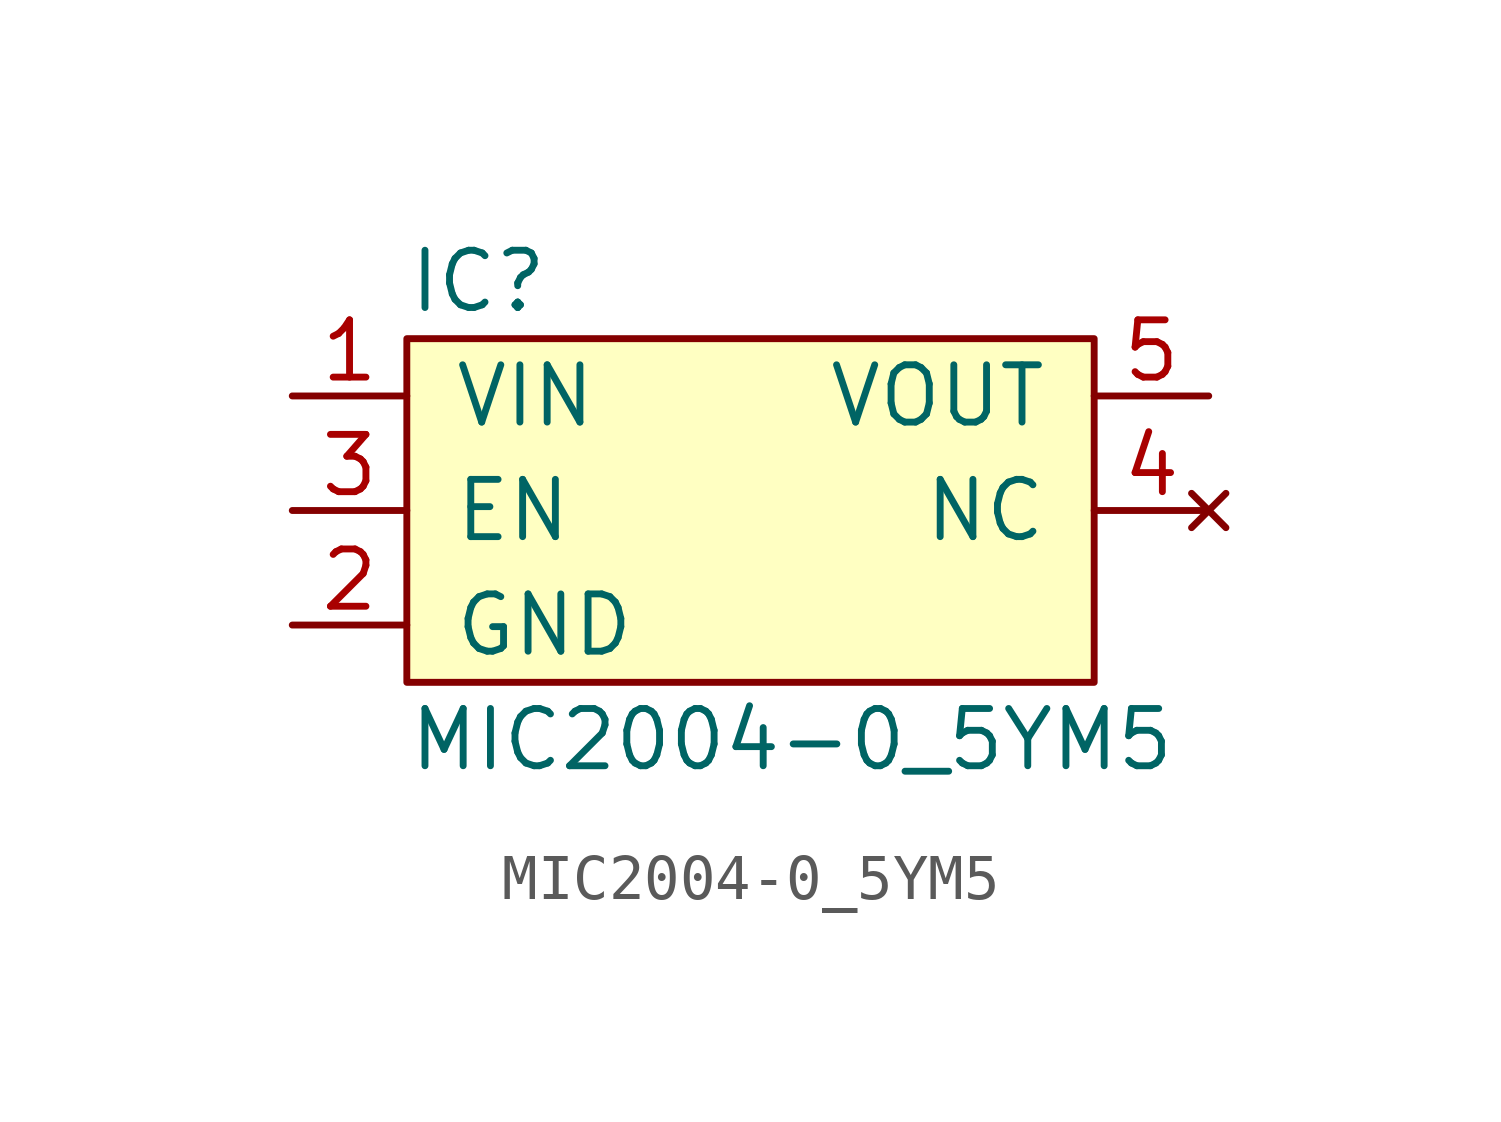
<source format=kicad_sym>
(kicad_symbol_lib
  (version 20211014)
  (generator agg_kicad.build_lib_ic)
  (symbol "MIC2004-0_5YM5"
    (pin_names
      (offset 1.016))
    (property Reference IC
      (at -7.62 5.08 0)
      (effects (font (size 1.27 1.27)) (justify left)))
    (property Value "MIC2004-0_5YM5"
      (at -7.62 -5.08 0)
      (effects (font (size 1.27 1.27)) (justify left)))
    (symbol "MIC2004-0_5YM5_0_0"
      (rectangle (start -7.62 3.81) (end 7.62 -3.81) (stroke (width 0) (type default) (color 0 0 0 0)) (fill (type background)))
      (pin power_in line (at -10.16 2.54 0) (length 2.54) (name VIN (effects (font (size 1.27 1.27)))) (number "1" (effects (font (size 1.27 1.27)))))
      (pin input line (at -10.16 0 0) (length 2.54) (name EN (effects (font (size 1.27 1.27)))) (number "3" (effects (font (size 1.27 1.27)))))
      (pin power_in line (at -10.16 -2.54 0) (length 2.54) (name GND (effects (font (size 1.27 1.27)))) (number "2" (effects (font (size 1.27 1.27)))))
      (pin power_out line (at 10.16 2.54 180) (length 2.54) (name VOUT (effects (font (size 1.27 1.27)))) (number "5" (effects (font (size 1.27 1.27)))))
      (pin no_connect line (at 10.16 0 180) (length 2.54) (name NC (effects (font (size 1.27 1.27)))) (number "4" (effects (font (size 1.27 1.27))))))))
</source>
